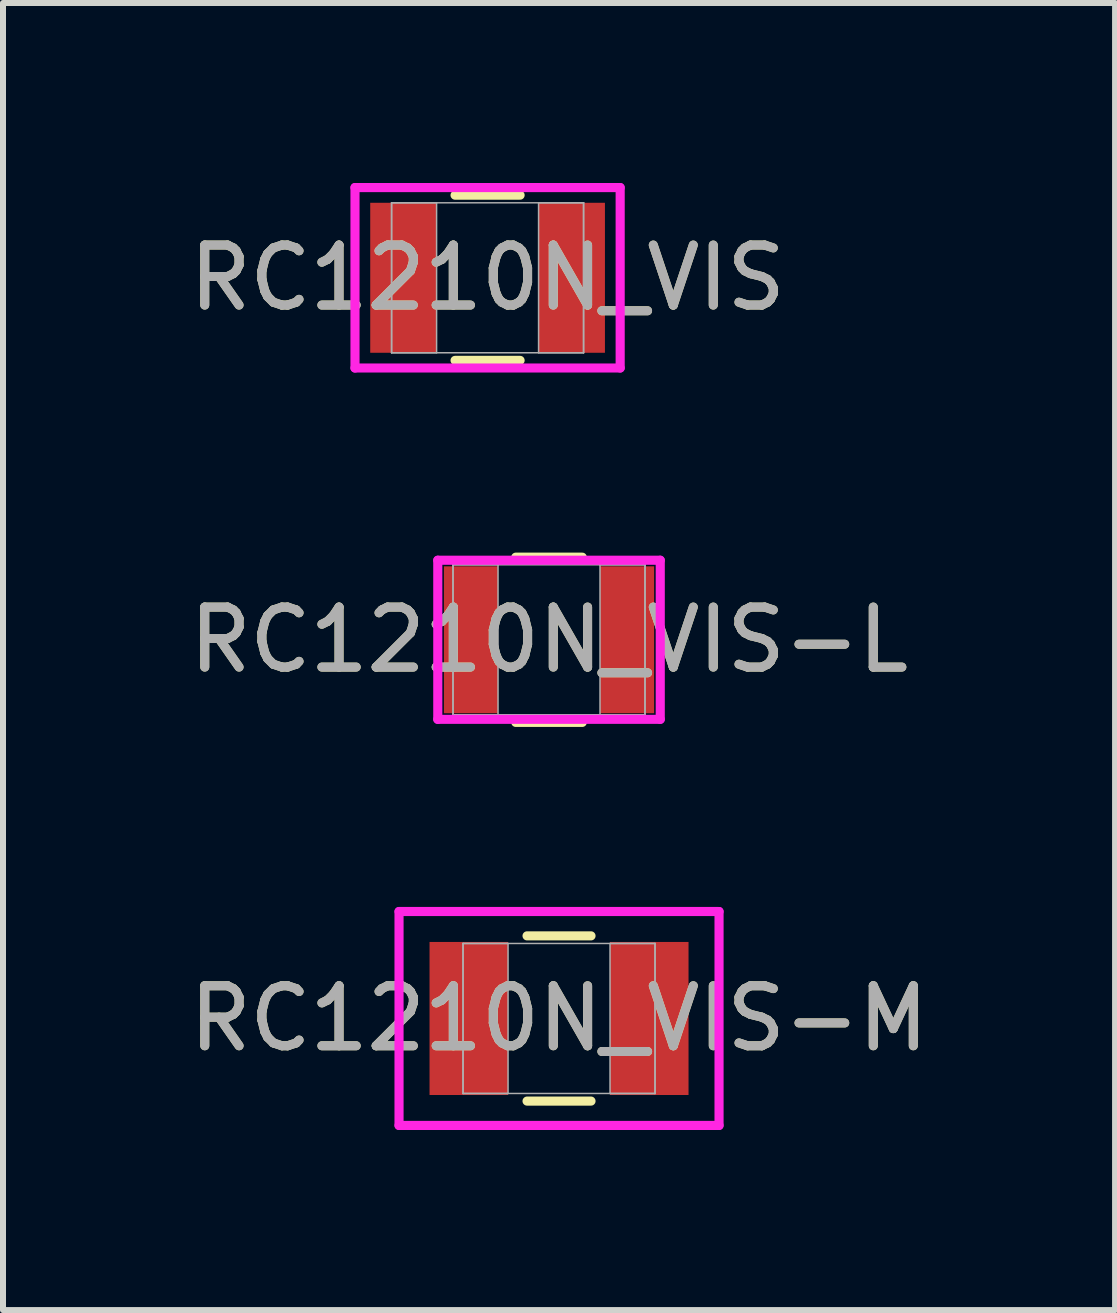
<source format=kicad_pcb>
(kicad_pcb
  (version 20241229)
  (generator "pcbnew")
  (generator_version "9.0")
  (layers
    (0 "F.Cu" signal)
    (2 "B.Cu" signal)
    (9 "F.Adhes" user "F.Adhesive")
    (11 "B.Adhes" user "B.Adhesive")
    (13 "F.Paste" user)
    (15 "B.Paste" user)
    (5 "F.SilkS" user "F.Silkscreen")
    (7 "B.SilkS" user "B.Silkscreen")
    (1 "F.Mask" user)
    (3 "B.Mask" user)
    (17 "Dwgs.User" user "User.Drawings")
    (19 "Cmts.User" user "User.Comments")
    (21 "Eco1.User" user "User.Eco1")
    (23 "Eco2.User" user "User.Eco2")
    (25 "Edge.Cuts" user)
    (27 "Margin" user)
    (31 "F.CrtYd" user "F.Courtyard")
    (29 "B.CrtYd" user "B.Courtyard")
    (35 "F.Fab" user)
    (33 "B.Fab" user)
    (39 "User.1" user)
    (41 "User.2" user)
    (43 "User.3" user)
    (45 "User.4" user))
  (footprint "RC1210N_VIS"
    (layer "F.Cu")
    (at 5.077 1.58)
    (property "Reference" "RC1210N_VIS" (at 0 0 0) (unlocked yes) (layer "F.SilkS") (effects (font (size 1 1) (thickness 0.15))))
    (attr smd)
    (fp_line (start -0.542 1.377) (end 0.542 1.377) (stroke (width 0.152) (type solid)) (layer "F.SilkS"))
    (fp_line (start 0.542 -1.377) (end -0.542 -1.377) (stroke (width 0.152) (type solid)) (layer "F.SilkS"))
    (fp_line (start -2.21 -1.504) (end 2.21 -1.504) (stroke (width 0.152) (type solid)) (layer "F.CrtYd"))
    (fp_line (start -2.21 1.504) (end -2.21 -1.504) (stroke (width 0.152) (type solid)) (layer "F.CrtYd"))
    (fp_line (start 2.21 -1.504) (end 2.21 1.504) (stroke (width 0.152) (type solid)) (layer "F.CrtYd"))
    (fp_line (start 2.21 1.504) (end -2.21 1.504) (stroke (width 0.152) (type solid)) (layer "F.CrtYd"))
    (fp_line (start -1.6 -1.25) (end -1.6 1.25) (stroke (width 0.025) (type solid)) (layer "F.Fab"))
    (fp_line (start -1.6 -1.25) (end -1.6 1.25) (stroke (width 0.025) (type solid)) (layer "F.Fab"))
    (fp_line (start -1.6 1.25) (end -0.85 1.25) (stroke (width 0.025) (type solid)) (layer "F.Fab"))
    (fp_line (start -1.6 1.25) (end 1.6 1.25) (stroke (width 0.025) (type solid)) (layer "F.Fab"))
    (fp_line (start -0.85 -1.25) (end -1.6 -1.25) (stroke (width 0.025) (type solid)) (layer "F.Fab"))
    (fp_line (start -0.85 1.25) (end -0.85 -1.25) (stroke (width 0.025) (type solid)) (layer "F.Fab"))
    (fp_line (start 0.85 -1.25) (end 0.85 1.25) (stroke (width 0.025) (type solid)) (layer "F.Fab"))
    (fp_line (start 0.85 1.25) (end 1.6 1.25) (stroke (width 0.025) (type solid)) (layer "F.Fab"))
    (fp_line (start 1.6 -1.25) (end -1.6 -1.25) (stroke (width 0.025) (type solid)) (layer "F.Fab"))
    (fp_line (start 1.6 -1.25) (end 0.85 -1.25) (stroke (width 0.025) (type solid)) (layer "F.Fab"))
    (fp_line (start 1.6 1.25) (end 1.6 -1.25) (stroke (width 0.025) (type solid)) (layer "F.Fab"))
    (fp_line (start 1.6 1.25) (end 1.6 -1.25) (stroke (width 0.025) (type solid)) (layer "F.Fab"))
    (fp_text user "${REFERENCE}" (at 0 0 0) (unlocked yes) (layer "F.Fab") (effects (font (size 1 1) (thickness 0.15))))
    (pad "1" smd rect (at -1.403 0) (size 1.106 2.5) (layers "F.Cu" "F.Mask" "F.Paste"))
    (pad "2" smd rect (at 1.403 0) (size 1.106 2.5) (layers "F.Cu" "F.Mask" "F.Paste"))
    (zone (net_name "") (layer "F.Cu") (hatch full 0.508) (connect_pads) (min_thickness 0.254) (filled_areas_thickness no) (keepout (tracks not_allowed) (vias not_allowed) (pads allowed) (copperpour not_allowed) (footprints allowed)) (placement (enabled no)) (fill) (polygon (pts (xy 4.278 0.381) (xy 5.877 0.381) (xy 5.877 2.779) (xy 4.278 2.779)))))
  (footprint "RC1210N_VIS-M"
    (layer "F.Cu")
    (at 6.268 13.926)
    (property "Reference" "RC1210N_VIS-M" (at 0 0 0) (unlocked yes) (layer "F.SilkS") (effects (font (size 1 1) (thickness 0.15))))
    (attr smd)
    (fp_line (start -0.533 1.377) (end 0.533 1.377) (stroke (width 0.152) (type solid)) (layer "F.SilkS"))
    (fp_line (start 0.533 -1.377) (end -0.533 -1.377) (stroke (width 0.152) (type solid)) (layer "F.SilkS"))
    (fp_line (start -2.667 -1.783) (end 2.667 -1.783) (stroke (width 0.152) (type solid)) (layer "F.CrtYd"))
    (fp_line (start -2.667 1.783) (end -2.667 -1.783) (stroke (width 0.152) (type solid)) (layer "F.CrtYd"))
    (fp_line (start 2.667 -1.783) (end 2.667 1.783) (stroke (width 0.152) (type solid)) (layer "F.CrtYd"))
    (fp_line (start 2.667 1.783) (end -2.667 1.783) (stroke (width 0.152) (type solid)) (layer "F.CrtYd"))
    (fp_line (start -1.6 -1.25) (end -1.6 1.25) (stroke (width 0.025) (type solid)) (layer "F.Fab"))
    (fp_line (start -1.6 -1.25) (end -1.6 1.25) (stroke (width 0.025) (type solid)) (layer "F.Fab"))
    (fp_line (start -1.6 1.25) (end -0.85 1.25) (stroke (width 0.025) (type solid)) (layer "F.Fab"))
    (fp_line (start -1.6 1.25) (end 1.6 1.25) (stroke (width 0.025) (type solid)) (layer "F.Fab"))
    (fp_line (start -0.85 -1.25) (end -1.6 -1.25) (stroke (width 0.025) (type solid)) (layer "F.Fab"))
    (fp_line (start -0.85 1.25) (end -0.85 -1.25) (stroke (width 0.025) (type solid)) (layer "F.Fab"))
    (fp_line (start 0.85 -1.25) (end 0.85 1.25) (stroke (width 0.025) (type solid)) (layer "F.Fab"))
    (fp_line (start 0.85 1.25) (end 1.6 1.25) (stroke (width 0.025) (type solid)) (layer "F.Fab"))
    (fp_line (start 1.6 -1.25) (end -1.6 -1.25) (stroke (width 0.025) (type solid)) (layer "F.Fab"))
    (fp_line (start 1.6 -1.25) (end 0.85 -1.25) (stroke (width 0.025) (type solid)) (layer "F.Fab"))
    (fp_line (start 1.6 1.25) (end 1.6 -1.25) (stroke (width 0.025) (type solid)) (layer "F.Fab"))
    (fp_line (start 1.6 1.25) (end 1.6 -1.25) (stroke (width 0.025) (type solid)) (layer "F.Fab"))
    (fp_text user "${REFERENCE}" (at 0 0 0) (unlocked yes) (layer "F.Fab") (effects (font (size 1 1) (thickness 0.15))))
    (pad "1" smd rect (at -1.504 0) (size 1.309 2.551) (layers "F.Cu" "F.Mask" "F.Paste"))
    (pad "2" smd rect (at 1.504 0) (size 1.309 2.551) (layers "F.Cu" "F.Mask" "F.Paste"))
    (zone (net_name "") (layer "F.Cu") (hatch full 0.508) (connect_pads) (min_thickness 0.254) (filled_areas_thickness no) (keepout (tracks not_allowed) (vias not_allowed) (pads allowed) (copperpour not_allowed) (footprints allowed)) (placement (enabled no)) (fill) (polygon (pts (xy 5.469 12.727) (xy 7.067 12.727) (xy 7.067 15.126) (xy 5.469 15.126)))))
  (footprint "RC1210N_VIS-L"
    (layer "F.Cu")
    (at 6.101 7.614)
    (property "Reference" "RC1210N_VIS-L" (at 0 0 0) (unlocked yes) (layer "F.SilkS") (effects (font (size 1 1) (thickness 0.15))))
    (attr smd)
    (fp_line (start -0.554 1.377) (end 0.554 1.377) (stroke (width 0.152) (type solid)) (layer "F.SilkS"))
    (fp_line (start 0.554 -1.377) (end -0.554 -1.377) (stroke (width 0.152) (type solid)) (layer "F.SilkS"))
    (fp_line (start -1.854 -1.326) (end 1.854 -1.326) (stroke (width 0.152) (type solid)) (layer "F.CrtYd"))
    (fp_line (start -1.854 1.326) (end -1.854 -1.326) (stroke (width 0.152) (type solid)) (layer "F.CrtYd"))
    (fp_line (start 1.854 -1.326) (end 1.854 1.326) (stroke (width 0.152) (type solid)) (layer "F.CrtYd"))
    (fp_line (start 1.854 1.326) (end -1.854 1.326) (stroke (width 0.152) (type solid)) (layer "F.CrtYd"))
    (fp_line (start -1.6 -1.25) (end -1.6 1.25) (stroke (width 0.025) (type solid)) (layer "F.Fab"))
    (fp_line (start -1.6 -1.25) (end -1.6 1.25) (stroke (width 0.025) (type solid)) (layer "F.Fab"))
    (fp_line (start -1.6 1.25) (end -0.85 1.25) (stroke (width 0.025) (type solid)) (layer "F.Fab"))
    (fp_line (start -1.6 1.25) (end 1.6 1.25) (stroke (width 0.025) (type solid)) (layer "F.Fab"))
    (fp_line (start -0.85 -1.25) (end -1.6 -1.25) (stroke (width 0.025) (type solid)) (layer "F.Fab"))
    (fp_line (start -0.85 1.25) (end -0.85 -1.25) (stroke (width 0.025) (type solid)) (layer "F.Fab"))
    (fp_line (start 0.85 -1.25) (end 0.85 1.25) (stroke (width 0.025) (type solid)) (layer "F.Fab"))
    (fp_line (start 0.85 1.25) (end 1.6 1.25) (stroke (width 0.025) (type solid)) (layer "F.Fab"))
    (fp_line (start 1.6 -1.25) (end -1.6 -1.25) (stroke (width 0.025) (type solid)) (layer "F.Fab"))
    (fp_line (start 1.6 -1.25) (end 0.85 -1.25) (stroke (width 0.025) (type solid)) (layer "F.Fab"))
    (fp_line (start 1.6 1.25) (end 1.6 -1.25) (stroke (width 0.025) (type solid)) (layer "F.Fab"))
    (fp_line (start 1.6 1.25) (end 1.6 -1.25) (stroke (width 0.025) (type solid)) (layer "F.Fab"))
    (fp_text user "${REFERENCE}" (at 0 0 0) (unlocked yes) (layer "F.Fab") (effects (font (size 1 1) (thickness 0.15))))
    (pad "1" smd rect (at -1.301 0) (size 0.902 2.449) (layers "F.Cu" "F.Mask" "F.Paste"))
    (pad "2" smd rect (at 1.301 0) (size 0.902 2.449) (layers "F.Cu" "F.Mask" "F.Paste"))
    (zone (net_name "") (layer "F.Cu") (hatch full 0.508) (connect_pads) (min_thickness 0.254) (filled_areas_thickness no) (keepout (tracks not_allowed) (vias not_allowed) (pads allowed) (copperpour not_allowed) (footprints allowed)) (placement (enabled no)) (fill) (polygon (pts (xy 5.302 6.414) (xy 6.9 6.414) (xy 6.9 8.813) (xy 5.302 8.813)))))
  (gr_rect
    (start -3 -3)
    (end 15.536 18.786)
    (stroke (width 0.1) (type default))
    (fill no)
    (layer "Edge.Cuts")))
</source>
